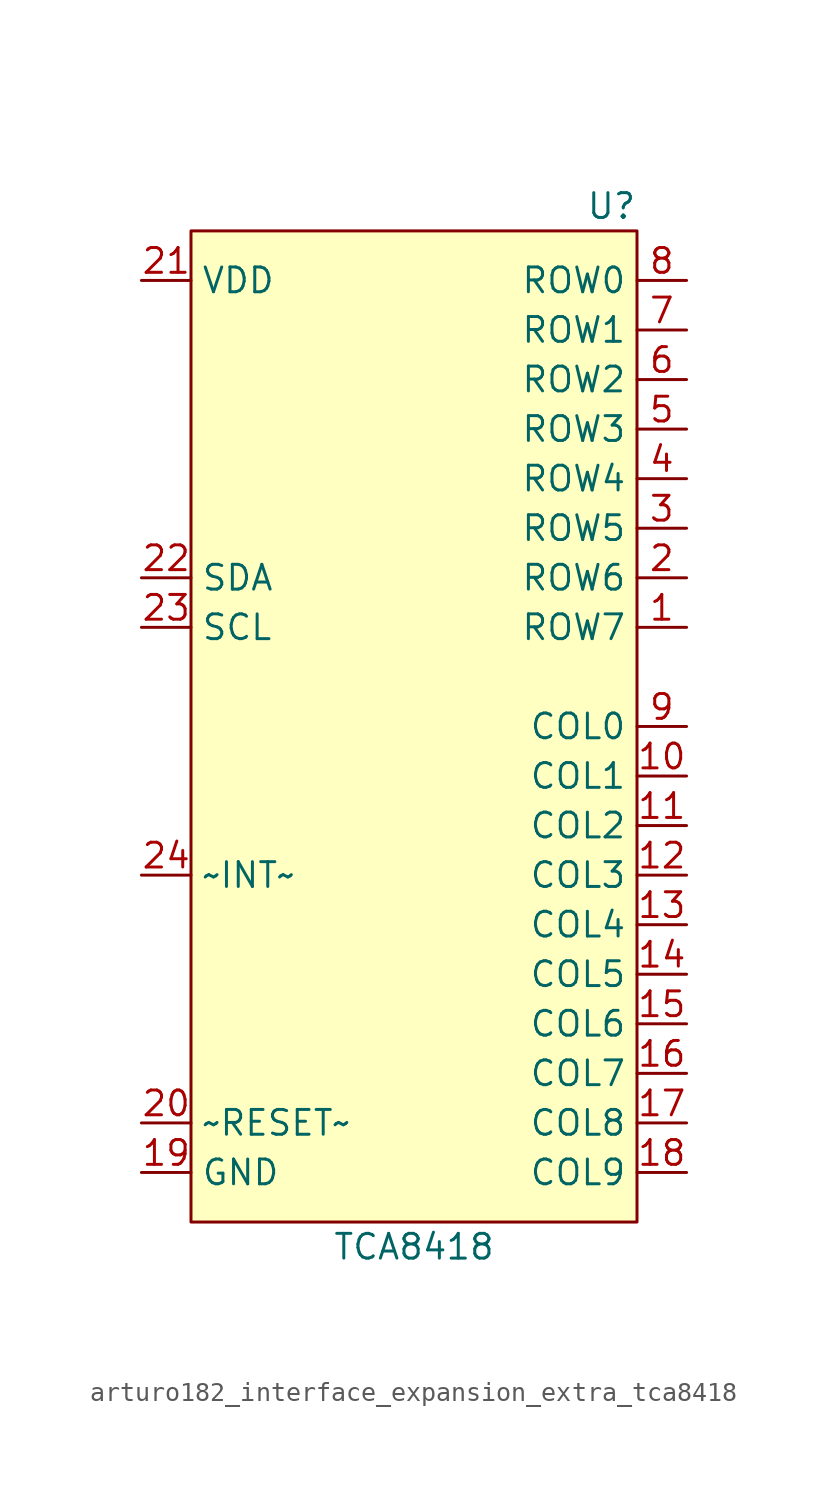
<source format=kicad_sym>
(kicad_symbol_lib
  (version 20220914)
  (generator kicad_symbol_editor)
  (symbol "Interface_Expansion_Extra:arturo182_interface_expansion_extra_tca8418"
    (property "Reference" "U"
      (at 11.43 26.67 0)
      (effects (font (size 1.27 1.27)) (justify right)))
    (property "Value" "TCA8418"
      (at 0 -26.67 0)
      (effects (font (size 1.27 1.27))))
    (symbol "arturo182_interface_expansion_extra_tca8418_0_1"
      (rectangle (start -11.43 25.4) (end 11.43 -25.4) (stroke (width 0)) (fill (type background))))
    (symbol "arturo182_interface_expansion_extra_tca8418_1_1"
      (pin bidirectional line (at 13.97 5.08 180) (length 2.54) (name "ROW7" (effects (font (size 1.27 1.27)))) (number "1" (effects (font (size 1.27 1.27)))))
      (pin bidirectional line (at 13.97 -2.54 180) (length 2.54) (name "COL1" (effects (font (size 1.27 1.27)))) (number "10" (effects (font (size 1.27 1.27)))))
      (pin bidirectional line (at 13.97 -5.08 180) (length 2.54) (name "COL2" (effects (font (size 1.27 1.27)))) (number "11" (effects (font (size 1.27 1.27)))))
      (pin bidirectional line (at 13.97 -7.62 180) (length 2.54) (name "COL3" (effects (font (size 1.27 1.27)))) (number "12" (effects (font (size 1.27 1.27)))))
      (pin bidirectional line (at 13.97 -10.16 180) (length 2.54) (name "COL4" (effects (font (size 1.27 1.27)))) (number "13" (effects (font (size 1.27 1.27)))))
      (pin bidirectional line (at 13.97 -12.7 180) (length 2.54) (name "COL5" (effects (font (size 1.27 1.27)))) (number "14" (effects (font (size 1.27 1.27)))))
      (pin bidirectional line (at 13.97 -15.24 180) (length 2.54) (name "COL6" (effects (font (size 1.27 1.27)))) (number "15" (effects (font (size 1.27 1.27)))))
      (pin bidirectional line (at 13.97 -17.78 180) (length 2.54) (name "COL7" (effects (font (size 1.27 1.27)))) (number "16" (effects (font (size 1.27 1.27)))))
      (pin bidirectional line (at 13.97 -20.32 180) (length 2.54) (name "COL8" (effects (font (size 1.27 1.27)))) (number "17" (effects (font (size 1.27 1.27)))))
      (pin bidirectional line (at 13.97 -22.86 180) (length 2.54) (name "COL9" (effects (font (size 1.27 1.27)))) (number "18" (effects (font (size 1.27 1.27)))))
      (pin power_in line (at -13.97 -22.86 0) (length 2.54) (name "GND" (effects (font (size 1.27 1.27)))) (number "19" (effects (font (size 1.27 1.27)))))
      (pin bidirectional line (at 13.97 7.62 180) (length 2.54) (name "ROW6" (effects (font (size 1.27 1.27)))) (number "2" (effects (font (size 1.27 1.27)))))
      (pin input line (at -13.97 -20.32 0) (length 2.54) (name "~RESET~" (effects (font (size 1.27 1.27)))) (number "20" (effects (font (size 1.27 1.27)))))
      (pin power_in line (at -13.97 22.86 0) (length 2.54) (name "VDD" (effects (font (size 1.27 1.27)))) (number "21" (effects (font (size 1.27 1.27)))))
      (pin bidirectional line (at -13.97 7.62 0) (length 2.54) (name "SDA" (effects (font (size 1.27 1.27)))) (number "22" (effects (font (size 1.27 1.27)))))
      (pin input line (at -13.97 5.08 0) (length 2.54) (name "SCL" (effects (font (size 1.27 1.27)))) (number "23" (effects (font (size 1.27 1.27)))))
      (pin output line (at -13.97 -7.62 0) (length 2.54) (name "~INT~" (effects (font (size 1.27 1.27)))) (number "24" (effects (font (size 1.27 1.27)))))
      (pin bidirectional line (at 13.97 10.16 180) (length 2.54) (name "ROW5" (effects (font (size 1.27 1.27)))) (number "3" (effects (font (size 1.27 1.27)))))
      (pin bidirectional line (at 13.97 12.7 180) (length 2.54) (name "ROW4" (effects (font (size 1.27 1.27)))) (number "4" (effects (font (size 1.27 1.27)))))
      (pin bidirectional line (at 13.97 15.24 180) (length 2.54) (name "ROW3" (effects (font (size 1.27 1.27)))) (number "5" (effects (font (size 1.27 1.27)))))
      (pin bidirectional line (at 13.97 17.78 180) (length 2.54) (name "ROW2" (effects (font (size 1.27 1.27)))) (number "6" (effects (font (size 1.27 1.27)))))
      (pin bidirectional line (at 13.97 20.32 180) (length 2.54) (name "ROW1" (effects (font (size 1.27 1.27)))) (number "7" (effects (font (size 1.27 1.27)))))
      (pin bidirectional line (at 13.97 22.86 180) (length 2.54) (name "ROW0" (effects (font (size 1.27 1.27)))) (number "8" (effects (font (size 1.27 1.27)))))
      (pin bidirectional line (at 13.97 0 180) (length 2.54) (name "COL0" (effects (font (size 1.27 1.27)))) (number "9" (effects (font (size 1.27 1.27))))))))
</source>
